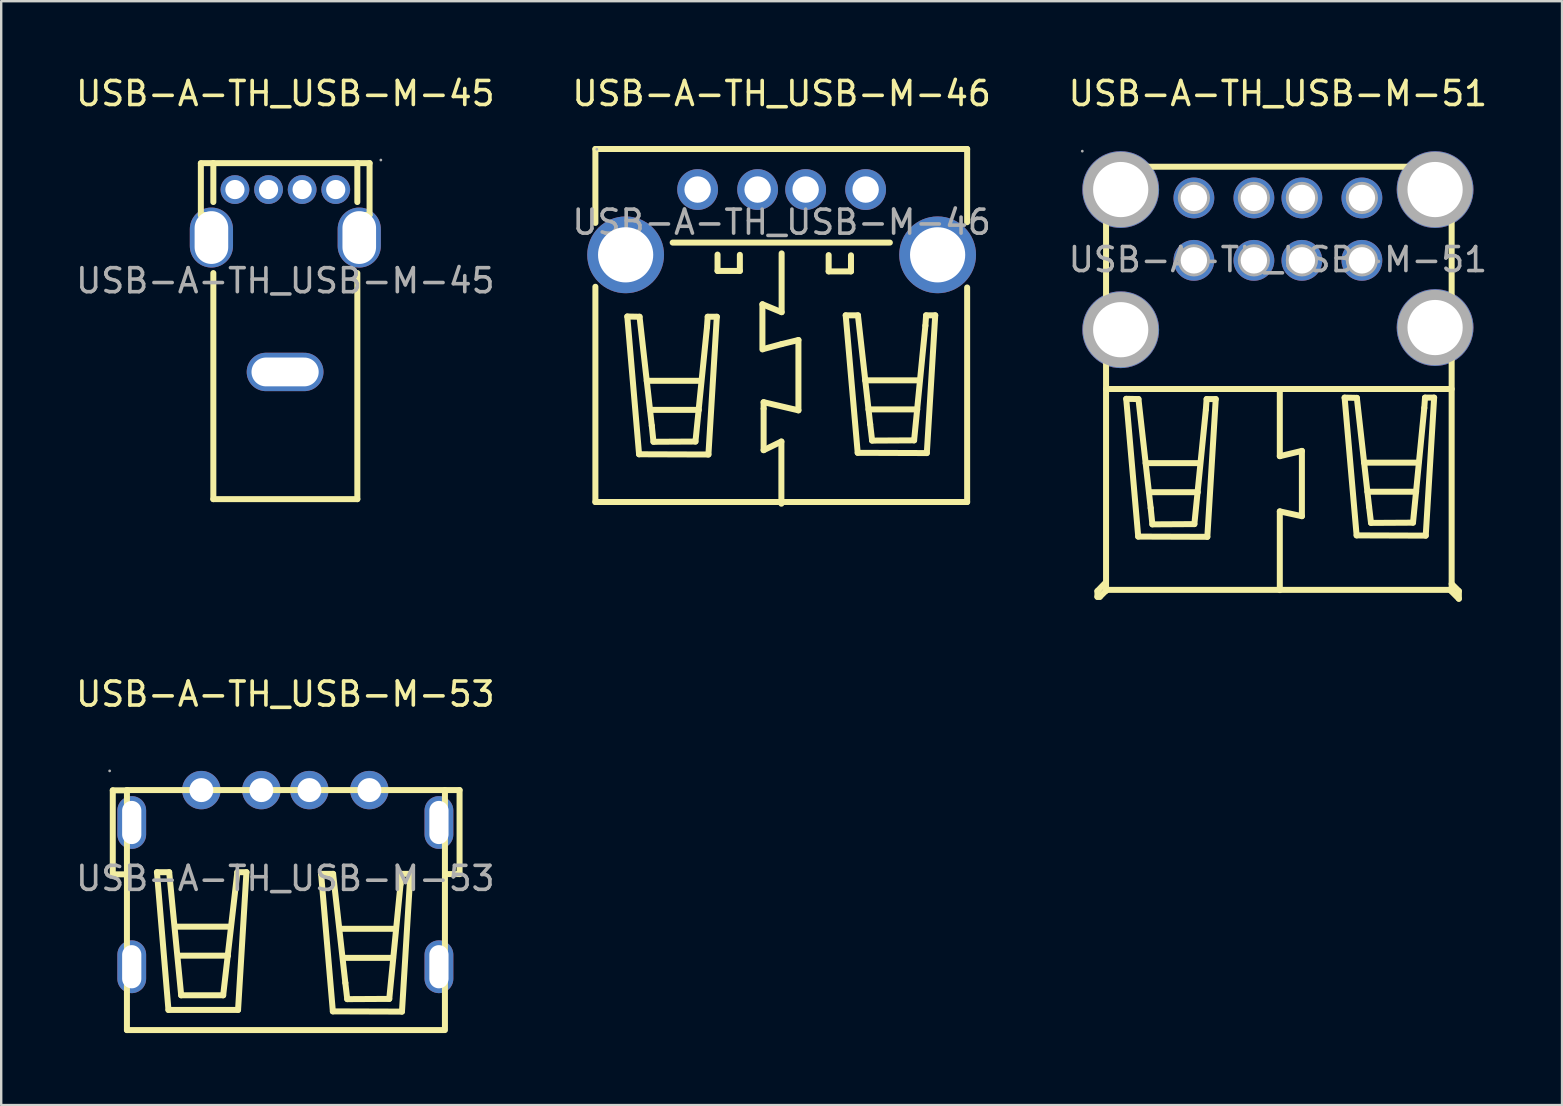
<source format=kicad_pcb>
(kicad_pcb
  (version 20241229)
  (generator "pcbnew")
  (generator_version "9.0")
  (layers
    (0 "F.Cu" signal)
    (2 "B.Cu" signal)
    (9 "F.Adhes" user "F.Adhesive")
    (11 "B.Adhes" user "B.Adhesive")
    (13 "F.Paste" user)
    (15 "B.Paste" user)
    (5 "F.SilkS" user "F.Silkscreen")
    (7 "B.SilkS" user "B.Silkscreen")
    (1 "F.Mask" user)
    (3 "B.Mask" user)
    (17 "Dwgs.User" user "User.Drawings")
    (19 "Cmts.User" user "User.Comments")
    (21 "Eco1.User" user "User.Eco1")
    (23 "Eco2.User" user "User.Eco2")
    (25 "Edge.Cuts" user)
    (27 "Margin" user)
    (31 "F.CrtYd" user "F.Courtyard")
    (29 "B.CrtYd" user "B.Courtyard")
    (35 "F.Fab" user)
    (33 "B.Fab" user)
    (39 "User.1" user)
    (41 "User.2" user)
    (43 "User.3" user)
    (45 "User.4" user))
  (footprint "USB-A-TH_USB-M-53"
    (layer "F.Cu")
    (at 8.839 33.551)
    (property "Reference" "USB-A-TH_USB-M-53" (at 0 -7.68 0) (layer "F.SilkS") (effects (font (size 1 1) (thickness 0.15))))
    (attr through_hole)
    (fp_line (start -7.19 -0.17) (end -7.19 -3.67) (stroke (width 0.25) (type solid)) (layer "F.SilkS"))
    (fp_line (start -6.6 -3.68) (end -6.6 6.32) (stroke (width 0.25) (type solid)) (layer "F.SilkS"))
    (fp_line (start -6.6 -3.68) (end 6.6 -3.68) (stroke (width 0.25) (type solid)) (layer "F.SilkS"))
    (fp_line (start -6.6 6.32) (end 6.6 6.32) (stroke (width 0.25) (type solid)) (layer "F.SilkS"))
    (fp_line (start -6.59 -3.67) (end -7.19 -3.67) (stroke (width 0.25) (type solid)) (layer "F.SilkS"))
    (fp_line (start -6.59 -0.17) (end -7.19 -0.17) (stroke (width 0.25) (type solid)) (layer "F.SilkS"))
    (fp_line (start -5.35 -0.26) (end -4.84 -0.26) (stroke (width 0.25) (type solid)) (layer "F.SilkS"))
    (fp_line (start -4.87 5.48) (end -5.35 -0.26) (stroke (width 0.25) (type solid)) (layer "F.SilkS"))
    (fp_line (start -4.84 -0.26) (end -4.34 4.87) (stroke (width 0.25) (type solid)) (layer "F.SilkS"))
    (fp_line (start -4.56 2.01) (end -2.3 2.01) (stroke (width 0.25) (type solid)) (layer "F.SilkS"))
    (fp_line (start -4.42 3.22) (end -2.39 3.22) (stroke (width 0.25) (type solid)) (layer "F.SilkS"))
    (fp_line (start -4.34 4.87) (end -2.59 4.87) (stroke (width 0.25) (type solid)) (layer "F.SilkS"))
    (fp_line (start -2.59 4.87) (end -2 -0.26) (stroke (width 0.25) (type solid)) (layer "F.SilkS"))
    (fp_line (start -2 -0.26) (end -1.62 -0.26) (stroke (width 0.25) (type solid)) (layer "F.SilkS"))
    (fp_line (start -1.97 5.48) (end -4.87 5.48) (stroke (width 0.25) (type solid)) (layer "F.SilkS"))
    (fp_line (start -1.62 -0.26) (end -1.97 5.48) (stroke (width 0.25) (type solid)) (layer "F.SilkS"))
    (fp_line (start 1.49 -0.19) (end 1.99 -0.19) (stroke (width 0.25) (type solid)) (layer "F.SilkS"))
    (fp_line (start 1.98 5.54) (end 1.49 -0.19) (stroke (width 0.25) (type solid)) (layer "F.SilkS"))
    (fp_line (start 1.99 -0.19) (end 2.5 4.35) (stroke (width 0.25) (type solid)) (layer "F.SilkS"))
    (fp_line (start 2.32 2.1) (end 4.58 2.1) (stroke (width 0.25) (type solid)) (layer "F.SilkS"))
    (fp_line (start 2.46 3.31) (end 4.49 3.31) (stroke (width 0.25) (type solid)) (layer "F.SilkS"))
    (fp_line (start 2.5 4.35) (end 2.58 5.03) (stroke (width 0.25) (type solid)) (layer "F.SilkS"))
    (fp_line (start 2.58 5.03) (end 4.33 5.02) (stroke (width 0.25) (type solid)) (layer "F.SilkS"))
    (fp_line (start 4.33 5.02) (end 4.8 0.24) (stroke (width 0.25) (type solid)) (layer "F.SilkS"))
    (fp_line (start 4.8 0.24) (end 4.83 -0.19) (stroke (width 0.25) (type solid)) (layer "F.SilkS"))
    (fp_line (start 4.83 -0.19) (end 5.21 -0.19) (stroke (width 0.25) (type solid)) (layer "F.SilkS"))
    (fp_line (start 4.86 5.55) (end 1.98 5.54) (stroke (width 0.25) (type solid)) (layer "F.SilkS"))
    (fp_line (start 5.21 -0.19) (end 4.86 5.55) (stroke (width 0.25) (type solid)) (layer "F.SilkS"))
    (fp_line (start 6.65 -3.68) (end 6.65 6.32) (stroke (width 0.25) (type solid)) (layer "F.SilkS"))
    (fp_line (start 6.66 -3.68) (end 7.26 -3.68) (stroke (width 0.25) (type solid)) (layer "F.SilkS"))
    (fp_line (start 6.66 -0.18) (end 7.26 -0.18) (stroke (width 0.25) (type solid)) (layer "F.SilkS"))
    (fp_line (start 7.26 -3.68) (end 7.26 -0.18) (stroke (width 0.25) (type solid)) (layer "F.SilkS"))
    (fp_circle (center -7.32 -4.48) (end -7.29 -4.48) (stroke (width 0.06) (type solid)) (fill no) (layer "F.Fab"))
    (fp_circle (center -3.5 -3.68) (end -3.3 -3.68) (stroke (width 0.4) (type solid)) (fill no) (layer "F.Fab"))
    (fp_circle (center -1 -3.68) (end -0.8 -3.68) (stroke (width 0.4) (type solid)) (fill no) (layer "F.Fab"))
    (fp_circle (center 1 -3.68) (end 1.2 -3.68) (stroke (width 0.4) (type solid)) (fill no) (layer "F.Fab"))
    (fp_circle (center 3.5 -3.68) (end 3.7 -3.68) (stroke (width 0.4) (type solid)) (fill no) (layer "F.Fab"))
    (fp_text user "${REFERENCE}" (at 0 0 0) (layer "F.Fab") (effects (font (size 1 1) (thickness 0.15))))
    (pad "1" thru_hole circle (at -3.5 -3.68) (size 1.6 1.6) (drill 1) (layers "*.Cu" "*.Paste" "*.Mask"))
    (pad "2" thru_hole circle (at -1 -3.68) (size 1.6 1.6) (drill 1) (layers "*.Cu" "*.Paste" "*.Mask"))
    (pad "3" thru_hole circle (at 1 -3.68) (size 1.6 1.6) (drill 1) (layers "*.Cu" "*.Paste" "*.Mask"))
    (pad "4" thru_hole circle (at 3.5 -3.68) (size 1.6 1.6) (drill 1) (layers "*.Cu" "*.Paste" "*.Mask"))
    (pad "5" thru_hole oval (at 6.4 -2.33 90) (size 2.2 1.2) (drill oval 1.8 0.8) (layers "*.Cu" "*.Paste" "*.Mask"))
    (pad "6" thru_hole oval (at 6.4 3.68 90) (size 2.2 1.2) (drill oval 1.8 0.8) (layers "*.Cu" "*.Paste" "*.Mask"))
    (pad "7" thru_hole oval (at -6.4 3.68 90) (size 2.2 1.2) (drill oval 1.8 0.8) (layers "*.Cu" "*.Paste" "*.Mask"))
    (pad "8" thru_hole oval (at -6.4 -2.33 270) (size 2.2 1.2) (drill oval 1.8 0.8) (layers "*.Cu" "*.Paste" "*.Mask")))
  (footprint "USB-A-TH_USB-M-45"
    (layer "F.Cu")
    (at 8.839 8.648)
    (property "Reference" "USB-A-TH_USB-M-45" (at 0 -7.8 0) (layer "F.SilkS") (effects (font (size 1 1) (thickness 0.15))))
    (attr through_hole)
    (fp_line (start -3.52 -2.74) (end -3.52 -4.89) (stroke (width 0.25) (type solid)) (layer "F.SilkS"))
    (fp_line (start -3.02 -4.9) (end -3.52 -4.9) (stroke (width 0.25) (type solid)) (layer "F.SilkS"))
    (fp_line (start -3.02 -2.74) (end -3.52 -2.74) (stroke (width 0.25) (type solid)) (layer "F.SilkS"))
    (fp_line (start -3 -4.9) (end 3 -4.9) (stroke (width 0.25) (type solid)) (layer "F.SilkS"))
    (fp_line (start -3 -3.28) (end -3 -4.9) (stroke (width 0.25) (type solid)) (layer "F.SilkS"))
    (fp_line (start -3 9.1) (end -3 -0.32) (stroke (width 0.25) (type solid)) (layer "F.SilkS"))
    (fp_line (start -3 9.1) (end 3 9.1) (stroke (width 0.25) (type solid)) (layer "F.SilkS"))
    (fp_line (start 3 -3.28) (end 3 -4.9) (stroke (width 0.25) (type solid)) (layer "F.SilkS"))
    (fp_line (start 3 9.1) (end 3 -0.32) (stroke (width 0.25) (type solid)) (layer "F.SilkS"))
    (fp_line (start 3.01 -4.9) (end 3.51 -4.9) (stroke (width 0.25) (type solid)) (layer "F.SilkS"))
    (fp_line (start 3.01 -2.74) (end 3.51 -2.74) (stroke (width 0.25) (type solid)) (layer "F.SilkS"))
    (fp_line (start 3.51 -4.9) (end 3.51 -2.75) (stroke (width 0.25) (type solid)) (layer "F.SilkS"))
    (fp_circle (center -2.1 -3.8) (end -1.95 -3.8) (stroke (width 0.3) (type solid)) (fill no) (layer "F.Fab"))
    (fp_circle (center -0.7 -3.8) (end -0.55 -3.8) (stroke (width 0.3) (type solid)) (fill no) (layer "F.Fab"))
    (fp_circle (center 0.7 -3.8) (end 0.85 -3.8) (stroke (width 0.3) (type solid)) (fill no) (layer "F.Fab"))
    (fp_circle (center 2.1 -3.8) (end 2.25 -3.8) (stroke (width 0.3) (type solid)) (fill no) (layer "F.Fab"))
    (fp_circle (center 3.98 -5.03) (end 4.01 -5.03) (stroke (width 0.06) (type solid)) (fill no) (layer "F.Fab"))
    (fp_text user "${REFERENCE}" (at 0 0 0) (layer "F.Fab") (effects (font (size 1 1) (thickness 0.15))))
    (pad "1" thru_hole circle (at 2.1 -3.8) (size 1.2 1.2) (drill 0.8) (layers "*.Cu" "*.Paste" "*.Mask"))
    (pad "2" thru_hole circle (at 0.7 -3.8) (size 1.2 1.2) (drill 0.8) (layers "*.Cu" "*.Paste" "*.Mask"))
    (pad "3" thru_hole circle (at -0.7 -3.8) (size 1.2 1.2) (drill 0.8) (layers "*.Cu" "*.Paste" "*.Mask"))
    (pad "4" thru_hole circle (at -2.1 -3.8) (size 1.2 1.2) (drill 0.8) (layers "*.Cu" "*.Paste" "*.Mask"))
    (pad "5" thru_hole oval (at -3.08 -1.8 90) (size 2.5 1.8) (drill oval 2.2 1.4) (layers "*.Cu" "*.Paste" "*.Mask"))
    (pad "6" thru_hole oval (at -0.01 3.8 180) (size 3.2 1.6) (drill oval 2.8 1.2) (layers "*.Cu" "*.Paste" "*.Mask"))
    (pad "7" thru_hole oval (at 3.08 -1.8 90) (size 2.5 1.8) (drill oval 2.2 1.4) (layers "*.Cu" "*.Paste" "*.Mask")))
  (footprint "USB-A-TH_USB-M-46"
    (layer "F.Cu")
    (at 29.518 6.208)
    (property "Reference" "USB-A-TH_USB-M-46" (at 0 -5.36 0) (layer "F.SilkS") (effects (font (size 1 1) (thickness 0.15))))
    (attr through_hole)
    (fp_line (start -7.76 -3.05) (end 7.73 -3.05) (stroke (width 0.25) (type solid)) (layer "F.SilkS"))
    (fp_line (start -7.76 0.03) (end -7.76 -3.05) (stroke (width 0.25) (type solid)) (layer "F.SilkS"))
    (fp_line (start -7.76 11.66) (end -7.76 2.69) (stroke (width 0.25) (type solid)) (layer "F.SilkS"))
    (fp_line (start -6.43 3.93) (end -5.92 3.94) (stroke (width 0.25) (type solid)) (layer "F.SilkS"))
    (fp_line (start -5.94 9.67) (end -6.43 3.93) (stroke (width 0.25) (type solid)) (layer "F.SilkS"))
    (fp_line (start -5.92 3.94) (end -5.41 8.48) (stroke (width 0.25) (type solid)) (layer "F.SilkS"))
    (fp_line (start -5.62 6.61) (end -3.36 6.61) (stroke (width 0.25) (type solid)) (layer "F.SilkS"))
    (fp_line (start -5.48 7.82) (end -3.45 7.82) (stroke (width 0.25) (type solid)) (layer "F.SilkS"))
    (fp_line (start -5.41 8.48) (end -5.34 9.15) (stroke (width 0.25) (type solid)) (layer "F.SilkS"))
    (fp_line (start -5.34 9.15) (end -3.59 9.14) (stroke (width 0.25) (type solid)) (layer "F.SilkS"))
    (fp_line (start -4.54 0.85) (end 4.51 0.85) (stroke (width 0.25) (type solid)) (layer "F.SilkS"))
    (fp_line (start -3.59 9.14) (end -3.11 4.37) (stroke (width 0.25) (type solid)) (layer "F.SilkS"))
    (fp_line (start -3.11 4.37) (end -3.08 3.94) (stroke (width 0.25) (type solid)) (layer "F.SilkS"))
    (fp_line (start -3.08 3.94) (end -2.7 3.94) (stroke (width 0.25) (type solid)) (layer "F.SilkS"))
    (fp_line (start -3.05 9.68) (end -5.94 9.67) (stroke (width 0.25) (type solid)) (layer "F.SilkS"))
    (fp_line (start -2.7 3.94) (end -3.05 9.68) (stroke (width 0.25) (type solid)) (layer "F.SilkS"))
    (fp_line (start -2.67 1.35) (end -2.67 2.03) (stroke (width 0.25) (type solid)) (layer "F.SilkS"))
    (fp_line (start -2.67 2.03) (end -1.74 2.03) (stroke (width 0.25) (type solid)) (layer "F.SilkS"))
    (fp_line (start -1.74 2.03) (end -1.74 1.36) (stroke (width 0.25) (type solid)) (layer "F.SilkS"))
    (fp_line (start -0.8 3.42) (end 0 3.75) (stroke (width 0.25) (type solid)) (layer "F.SilkS"))
    (fp_line (start -0.8 5.3) (end -0.8 3.42) (stroke (width 0.25) (type solid)) (layer "F.SilkS"))
    (fp_line (start -0.78 5.29) (end 0 5.08) (stroke (width 0.25) (type solid)) (layer "F.SilkS"))
    (fp_line (start -0.75 7.5) (end -0.75 7.76) (stroke (width 0.25) (type solid)) (layer "F.SilkS"))
    (fp_line (start -0.75 7.78) (end -0.75 9.5) (stroke (width 0.25) (type solid)) (layer "F.SilkS"))
    (fp_line (start -0.75 9.5) (end -0.01 9.14) (stroke (width 0.25) (type solid)) (layer "F.SilkS"))
    (fp_line (start -0.01 9.14) (end -0.01 11.73) (stroke (width 0.25) (type solid)) (layer "F.SilkS"))
    (fp_line (start 0 3.75) (end 0 1.3) (stroke (width 0.25) (type solid)) (layer "F.SilkS"))
    (fp_line (start 0 5.08) (end 0.7 4.91) (stroke (width 0.25) (type solid)) (layer "F.SilkS"))
    (fp_line (start 0.7 4.91) (end 0.7 7.84) (stroke (width 0.25) (type solid)) (layer "F.SilkS"))
    (fp_line (start 0.7 7.84) (end -0.75 7.5) (stroke (width 0.25) (type solid)) (layer "F.SilkS"))
    (fp_line (start 1.96 1.37) (end 1.96 2.05) (stroke (width 0.25) (type solid)) (layer "F.SilkS"))
    (fp_line (start 1.96 2.05) (end 2.89 2.05) (stroke (width 0.25) (type solid)) (layer "F.SilkS"))
    (fp_line (start 2.67 3.88) (end 3.18 3.88) (stroke (width 0.25) (type solid)) (layer "F.SilkS"))
    (fp_line (start 2.89 2.05) (end 2.89 1.38) (stroke (width 0.25) (type solid)) (layer "F.SilkS"))
    (fp_line (start 3.17 9.61) (end 2.67 3.88) (stroke (width 0.25) (type solid)) (layer "F.SilkS"))
    (fp_line (start 3.18 3.88) (end 3.69 8.42) (stroke (width 0.25) (type solid)) (layer "F.SilkS"))
    (fp_line (start 3.48 6.59) (end 5.74 6.59) (stroke (width 0.25) (type solid)) (layer "F.SilkS"))
    (fp_line (start 3.62 7.8) (end 5.65 7.8) (stroke (width 0.25) (type solid)) (layer "F.SilkS"))
    (fp_line (start 3.69 8.42) (end 3.77 9.1) (stroke (width 0.25) (type solid)) (layer "F.SilkS"))
    (fp_line (start 3.77 9.1) (end 5.52 9.09) (stroke (width 0.25) (type solid)) (layer "F.SilkS"))
    (fp_line (start 5.52 9.09) (end 5.99 4.31) (stroke (width 0.25) (type solid)) (layer "F.SilkS"))
    (fp_line (start 5.99 4.31) (end 6.02 3.88) (stroke (width 0.25) (type solid)) (layer "F.SilkS"))
    (fp_line (start 6.02 3.88) (end 6.4 3.88) (stroke (width 0.25) (type solid)) (layer "F.SilkS"))
    (fp_line (start 6.05 9.62) (end 3.17 9.61) (stroke (width 0.25) (type solid)) (layer "F.SilkS"))
    (fp_line (start 6.4 3.88) (end 6.05 9.62) (stroke (width 0.25) (type solid)) (layer "F.SilkS"))
    (fp_line (start 7.73 -3.05) (end 7.73 0) (stroke (width 0.25) (type solid)) (layer "F.SilkS"))
    (fp_line (start 7.73 2.72) (end 7.73 11.66) (stroke (width 0.25) (type solid)) (layer "F.SilkS"))
    (fp_line (start 7.73 11.66) (end -7.76 11.66) (stroke (width 0.25) (type solid)) (layer "F.SilkS"))
    (fp_circle (center -7.7 -3.04) (end -7.67 -3.04) (stroke (width 0.06) (type solid)) (fill no) (layer "F.Fab"))
    (fp_text user "${REFERENCE}" (at 0 0 0) (layer "F.Fab") (effects (font (size 1 1) (thickness 0.15))))
    (pad "0" thru_hole circle (at -6.5 1.36 90) (size 3.2 3.2) (drill 2.3) (layers "*.Cu" "*.Paste" "*.Mask"))
    (pad "0" thru_hole circle (at 6.5 1.36 90) (size 3.2 3.2) (drill 2.3) (layers "*.Cu" "*.Paste" "*.Mask"))
    (pad "1" thru_hole circle (at -3.5 -1.36 270) (size 1.7 1.7) (drill 1.1) (layers "*.Cu" "*.Paste" "*.Mask"))
    (pad "2" thru_hole circle (at -1 -1.36 270) (size 1.7 1.7) (drill 1.1) (layers "*.Cu" "*.Paste" "*.Mask"))
    (pad "3" thru_hole circle (at 1 -1.36 270) (size 1.7 1.7) (drill 1.1) (layers "*.Cu" "*.Paste" "*.Mask"))
    (pad "4" thru_hole circle (at 3.5 -1.36 270) (size 1.7 1.7) (drill 1.1) (layers "*.Cu" "*.Paste" "*.Mask")))
  (footprint "USB-A-TH_USB-M-51"
    (layer "F.Cu")
    (at 50.196 7.768)
    (property "Reference" "USB-A-TH_USB-M-51" (at 0 -6.92 0) (layer "F.SilkS") (effects (font (size 1 1) (thickness 0.15))))
    (attr through_hole)
    (fp_line (start -7.52 13.81) (end -7.52 14.05) (stroke (width 0.25) (type solid)) (layer "F.SilkS"))
    (fp_line (start -7.52 14.05) (end -7.42 14.05) (stroke (width 0.25) (type solid)) (layer "F.SilkS"))
    (fp_line (start -7.42 14.05) (end -7.13 13.76) (stroke (width 0.25) (type solid)) (layer "F.SilkS"))
    (fp_line (start -7.17 13.45) (end -7.52 13.81) (stroke (width 0.25) (type solid)) (layer "F.SilkS"))
    (fp_line (start -7.16 -2.6) (end -7.16 13.8) (stroke (width 0.25) (type solid)) (layer "F.SilkS"))
    (fp_line (start -7.16 5.39) (end 7.24 5.39) (stroke (width 0.25) (type solid)) (layer "F.SilkS"))
    (fp_line (start -7.15 -3.87) (end 7.25 -3.87) (stroke (width 0.25) (type solid)) (layer "F.SilkS"))
    (fp_line (start -7.13 13.76) (end 7.17 13.76) (stroke (width 0.25) (type solid)) (layer "F.SilkS"))
    (fp_line (start -6.32 5.8) (end -5.81 5.81) (stroke (width 0.25) (type solid)) (layer "F.SilkS"))
    (fp_line (start -5.82 11.54) (end -6.32 5.8) (stroke (width 0.25) (type solid)) (layer "F.SilkS"))
    (fp_line (start -5.81 5.81) (end -5.3 10.35) (stroke (width 0.25) (type solid)) (layer "F.SilkS"))
    (fp_line (start -5.51 8.48) (end -3.25 8.48) (stroke (width 0.25) (type solid)) (layer "F.SilkS"))
    (fp_line (start -5.37 9.69) (end -3.34 9.69) (stroke (width 0.25) (type solid)) (layer "F.SilkS"))
    (fp_line (start -5.3 10.35) (end -5.23 11.03) (stroke (width 0.25) (type solid)) (layer "F.SilkS"))
    (fp_line (start -5.23 11.03) (end -3.48 11.02) (stroke (width 0.25) (type solid)) (layer "F.SilkS"))
    (fp_line (start -3.48 11.02) (end -3 6.24) (stroke (width 0.25) (type solid)) (layer "F.SilkS"))
    (fp_line (start -3 6.24) (end -2.97 5.81) (stroke (width 0.25) (type solid)) (layer "F.SilkS"))
    (fp_line (start -2.97 5.81) (end -2.59 5.81) (stroke (width 0.25) (type solid)) (layer "F.SilkS"))
    (fp_line (start -2.94 11.55) (end -5.82 11.54) (stroke (width 0.25) (type solid)) (layer "F.SilkS"))
    (fp_line (start -2.59 5.81) (end -2.94 11.55) (stroke (width 0.25) (type solid)) (layer "F.SilkS"))
    (fp_line (start 0.08 5.39) (end 0.08 8.19) (stroke (width 0.25) (type solid)) (layer "F.SilkS"))
    (fp_line (start 0.08 8.19) (end 1 7.97) (stroke (width 0.25) (type solid)) (layer "F.SilkS"))
    (fp_line (start 0.08 10.49) (end 0.08 13.77) (stroke (width 0.25) (type solid)) (layer "F.SilkS"))
    (fp_line (start 1 7.97) (end 1 10.69) (stroke (width 0.25) (type solid)) (layer "F.SilkS"))
    (fp_line (start 1 10.69) (end 0.08 10.49) (stroke (width 0.25) (type solid)) (layer "F.SilkS"))
    (fp_line (start 2.78 5.75) (end 3.29 5.76) (stroke (width 0.25) (type solid)) (layer "F.SilkS"))
    (fp_line (start 3.28 11.49) (end 2.78 5.75) (stroke (width 0.25) (type solid)) (layer "F.SilkS"))
    (fp_line (start 3.29 5.76) (end 3.8 10.3) (stroke (width 0.25) (type solid)) (layer "F.SilkS"))
    (fp_line (start 3.59 8.46) (end 5.85 8.46) (stroke (width 0.25) (type solid)) (layer "F.SilkS"))
    (fp_line (start 3.73 9.67) (end 5.76 9.67) (stroke (width 0.25) (type solid)) (layer "F.SilkS"))
    (fp_line (start 3.8 10.3) (end 3.88 10.97) (stroke (width 0.25) (type solid)) (layer "F.SilkS"))
    (fp_line (start 3.88 10.97) (end 5.63 10.96) (stroke (width 0.25) (type solid)) (layer "F.SilkS"))
    (fp_line (start 5.63 10.96) (end 6.1 6.18) (stroke (width 0.25) (type solid)) (layer "F.SilkS"))
    (fp_line (start 6.1 6.18) (end 6.13 5.75) (stroke (width 0.25) (type solid)) (layer "F.SilkS"))
    (fp_line (start 6.13 5.75) (end 6.51 5.75) (stroke (width 0.25) (type solid)) (layer "F.SilkS"))
    (fp_line (start 6.16 11.5) (end 3.28 11.49) (stroke (width 0.25) (type solid)) (layer "F.SilkS"))
    (fp_line (start 6.51 5.75) (end 6.16 11.5) (stroke (width 0.25) (type solid)) (layer "F.SilkS"))
    (fp_line (start 7.17 13.76) (end 7.54 14.13) (stroke (width 0.25) (type solid)) (layer "F.SilkS"))
    (fp_line (start 7.24 -2.59) (end 7.24 13.81) (stroke (width 0.25) (type solid)) (layer "F.SilkS"))
    (fp_line (start 7.54 13.81) (end 7.24 13.51) (stroke (width 0.25) (type solid)) (layer "F.SilkS"))
    (fp_line (start 7.54 14.13) (end 7.54 13.81) (stroke (width 0.25) (type solid)) (layer "F.SilkS"))
    (fp_circle (center -8.15 -4.52) (end -8.12 -4.52) (stroke (width 0.06) (type solid)) (fill no) (layer "F.Fab"))
    (fp_circle (center -6.55 -2.92) (end -6.03 -2.92) (stroke (width 1.05) (type solid)) (fill no) (layer "F.Fab"))
    (fp_circle (center -6.55 2.92) (end -6.03 2.92) (stroke (width 1.05) (type solid)) (fill no) (layer "F.Fab"))
    (fp_circle (center -3.5 -2.57) (end -3.28 -2.57) (stroke (width 0.45) (type solid)) (fill no) (layer "F.Fab"))
    (fp_circle (center -3.5 0.03) (end -3.28 0.03) (stroke (width 0.45) (type solid)) (fill no) (layer "F.Fab"))
    (fp_circle (center -1 -2.57) (end -0.78 -2.57) (stroke (width 0.45) (type solid)) (fill no) (layer "F.Fab"))
    (fp_circle (center -1 0.03) (end -0.78 0.03) (stroke (width 0.45) (type solid)) (fill no) (layer "F.Fab"))
    (fp_circle (center 1 -2.57) (end 1.22 -2.57) (stroke (width 0.45) (type solid)) (fill no) (layer "F.Fab"))
    (fp_circle (center 1 0.03) (end 1.22 0.03) (stroke (width 0.45) (type solid)) (fill no) (layer "F.Fab"))
    (fp_circle (center 3.5 -2.57) (end 3.72 -2.57) (stroke (width 0.45) (type solid)) (fill no) (layer "F.Fab"))
    (fp_circle (center 3.5 0.03) (end 3.72 0.03) (stroke (width 0.45) (type solid)) (fill no) (layer "F.Fab"))
    (fp_circle (center 6.55 -2.92) (end 7.07 -2.92) (stroke (width 1.05) (type solid)) (fill no) (layer "F.Fab"))
    (fp_circle (center 6.55 2.83) (end 7.07 2.83) (stroke (width 1.05) (type solid)) (fill no) (layer "F.Fab"))
    (fp_text user "${REFERENCE}" (at 0 0 0) (layer "F.Fab") (effects (font (size 1 1) (thickness 0.15))))
    (pad "1" thru_hole circle (at -3.5 -2.57 270) (size 1.7 1.7) (drill 1.1) (layers "*.Cu" "*.Paste" "*.Mask"))
    (pad "2" thru_hole circle (at -1 -2.57 270) (size 1.7 1.7) (drill 1.1) (layers "*.Cu" "*.Paste" "*.Mask"))
    (pad "3" thru_hole circle (at 1 -2.57 270) (size 1.7 1.7) (drill 1.1) (layers "*.Cu" "*.Paste" "*.Mask"))
    (pad "4" thru_hole circle (at 3.5 -2.57 270) (size 1.7 1.7) (drill 1.1) (layers "*.Cu" "*.Paste" "*.Mask"))
    (pad "5" thru_hole circle (at -3.5 0.03 270) (size 1.7 1.7) (drill 1.1) (layers "*.Cu" "*.Paste" "*.Mask"))
    (pad "6" thru_hole circle (at -1 0.03 270) (size 1.7 1.7) (drill 1.1) (layers "*.Cu" "*.Paste" "*.Mask"))
    (pad "7" thru_hole circle (at 1 0.03 270) (size 1.7 1.7) (drill 1.1) (layers "*.Cu" "*.Paste" "*.Mask"))
    (pad "8" thru_hole circle (at 3.5 0.03 270) (size 1.7 1.7) (drill 1.1) (layers "*.Cu" "*.Paste" "*.Mask"))
    (pad "9" thru_hole circle (at -6.55 -2.92 90) (size 3.2 3.2) (drill 2.3) (layers "*.Cu" "*.Paste" "*.Mask"))
    (pad "9" thru_hole circle (at -6.55 2.92 90) (size 3.2 3.2) (drill 2.3) (layers "*.Cu" "*.Paste" "*.Mask"))
    (pad "9" thru_hole circle (at 6.55 -2.92 90) (size 3.2 3.2) (drill 2.3) (layers "*.Cu" "*.Paste" "*.Mask"))
    (pad "9" thru_hole circle (at 6.55 2.83 90) (size 3.2 3.2) (drill 2.3) (layers "*.Cu" "*.Paste" "*.Mask")))
  (gr_rect
    (start -3 -3)
    (end 62.036 42.996)
    (stroke (width 0.1) (type default))
    (fill no)
    (layer "Edge.Cuts")))
</source>
